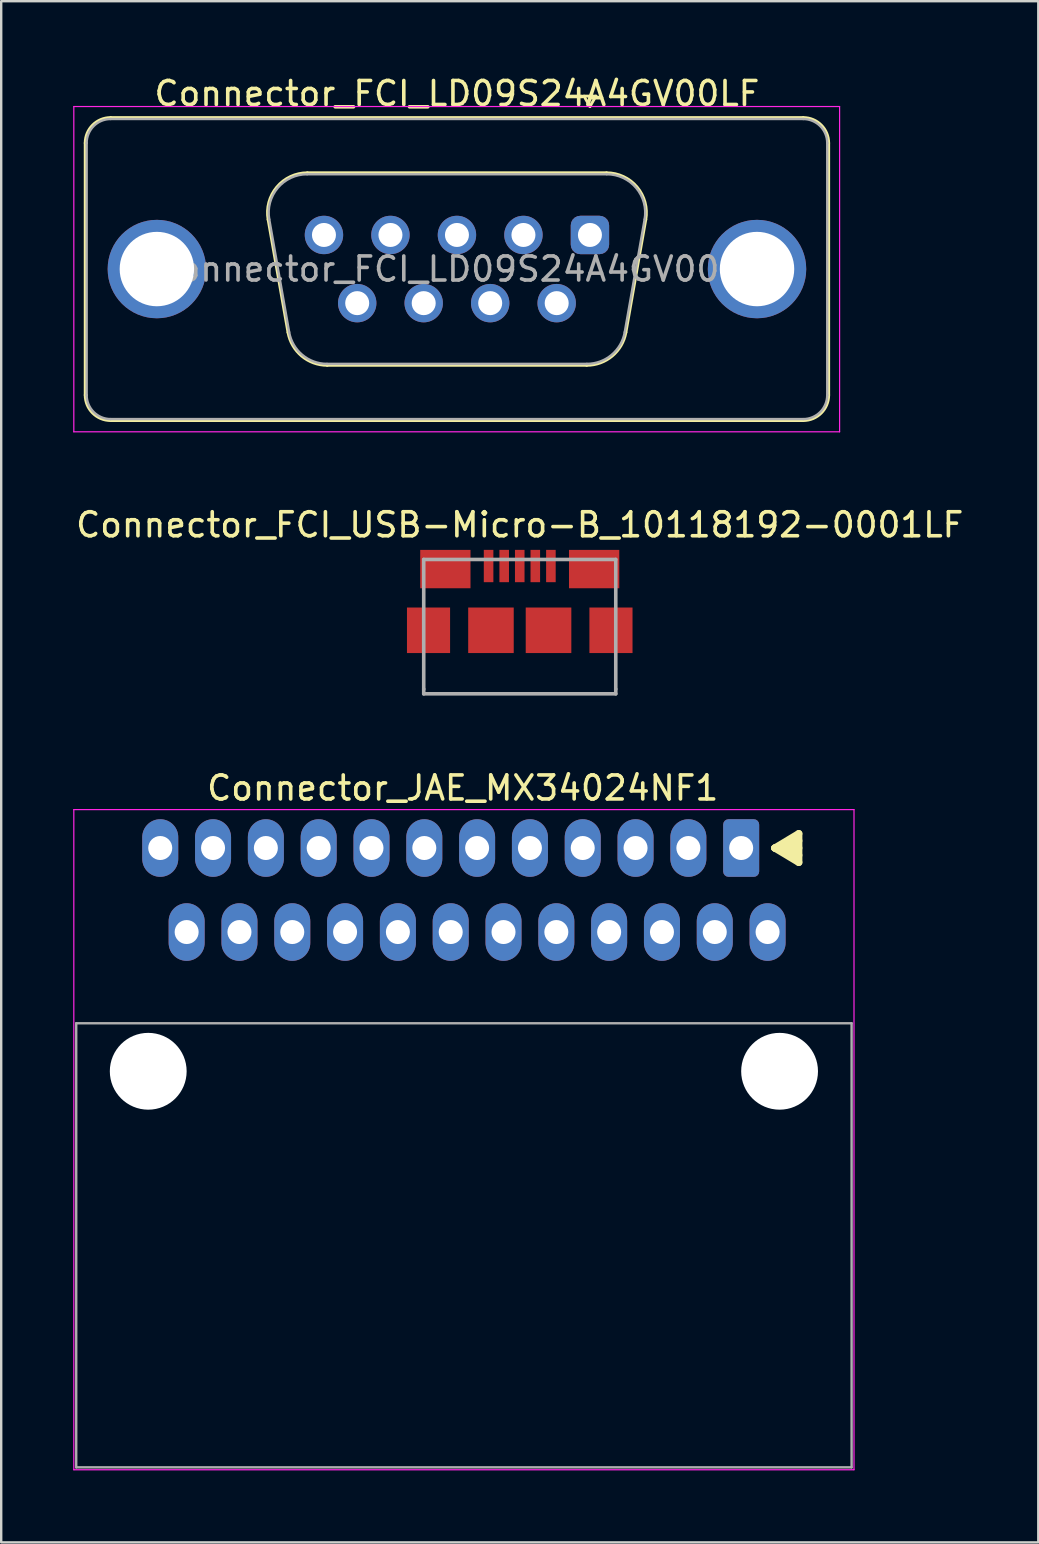
<source format=kicad_pcb>
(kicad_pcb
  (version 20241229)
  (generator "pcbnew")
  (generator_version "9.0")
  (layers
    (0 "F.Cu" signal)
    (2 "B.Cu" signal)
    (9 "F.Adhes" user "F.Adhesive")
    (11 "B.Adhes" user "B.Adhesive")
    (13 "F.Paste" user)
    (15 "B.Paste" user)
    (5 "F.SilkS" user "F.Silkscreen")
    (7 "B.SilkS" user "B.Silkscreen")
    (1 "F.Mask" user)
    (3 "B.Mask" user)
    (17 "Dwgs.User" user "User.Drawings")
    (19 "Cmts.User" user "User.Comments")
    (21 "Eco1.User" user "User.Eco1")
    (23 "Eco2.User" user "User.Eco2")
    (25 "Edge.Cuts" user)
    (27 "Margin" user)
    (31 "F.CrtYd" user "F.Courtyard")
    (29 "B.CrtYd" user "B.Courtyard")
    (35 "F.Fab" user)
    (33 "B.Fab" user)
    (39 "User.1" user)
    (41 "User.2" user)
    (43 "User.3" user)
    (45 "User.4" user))
  (footprint "Connector_FCI_USB-Micro-B_10118192-0001LF"
    (layer "F.Cu")
    (at 18.601 24.654)
    (property "Reference" "Connector_FCI_USB-Micro-B_10118192-0001LF" (at 0 -5.842 0) (layer "F.SilkS") (effects (font (size 1 1) (thickness 0.15))))
    (attr through_hole)
    (fp_line (start -4 -4.399) (end 4 -4.399) (stroke (width 0.15) (type solid)) (layer "F.Fab"))
    (fp_line (start -4 1.001) (end -4 -4.399) (stroke (width 0.15) (type solid)) (layer "F.Fab"))
    (fp_line (start -4 1.001) (end -4 1.199) (stroke (width 0.15) (type solid)) (layer "F.Fab"))
    (fp_line (start 4 -4.399) (end 4 1.001) (stroke (width 0.15) (type solid)) (layer "F.Fab"))
    (fp_line (start 4 1.001) (end 4 1.199) (stroke (width 0.15) (type solid)) (layer "F.Fab"))
    (fp_line (start 4 1.199) (end -4 1.199) (stroke (width 0.15) (type solid)) (layer "F.Fab"))
    (pad "1" smd rect (at -1.298 -4.125) (size 0.399 1.346) (layers "F.Cu" "F.Mask" "F.Paste"))
    (pad "2" smd rect (at -0.648 -4.125) (size 0.399 1.346) (layers "F.Cu" "F.Mask" "F.Paste"))
    (pad "3" smd rect (at 0 -4.125) (size 0.399 1.346) (layers "F.Cu" "F.Mask" "F.Paste"))
    (pad "4" smd rect (at 0.648 -4.125) (size 0.399 1.346) (layers "F.Cu" "F.Mask" "F.Paste"))
    (pad "5" smd rect (at 1.298 -4.125) (size 0.399 1.346) (layers "F.Cu" "F.Mask" "F.Paste"))
    (pad "6" smd rect (at -3.8 -1.448) (size 1.796 1.897) (layers "F.Cu" "F.Mask" "F.Paste"))
    (pad "6" smd rect (at -3.099 -3.998) (size 2.095 1.598) (layers "F.Cu" "F.Mask" "F.Paste"))
    (pad "6" smd rect (at -1.199 -1.448) (size 1.897 1.897) (layers "F.Cu" "F.Mask" "F.Paste"))
    (pad "6" smd rect (at 1.199 -1.448) (size 1.9 1.897) (layers "F.Cu" "F.Mask" "F.Paste"))
    (pad "6" smd rect (at 3.099 -3.998) (size 2.095 1.598) (layers "F.Cu" "F.Mask" "F.Paste"))
    (pad "6" smd rect (at 3.8 -1.448) (size 1.796 1.897) (layers "F.Cu" "F.Mask" "F.Paste")))
  (footprint "Connector_FCI_LD09S24A4GV00LF"
    (layer "F.Cu")
    (at 21.525 6.738)
    (property "Reference" "Connector_FCI_LD09S24A4GV00LF" (at -5.54 -5.89 0) (layer "F.SilkS") (effects (font (size 1 1) (thickness 0.15))))
    (attr through_hole)
    (fp_line (start -21.025 6.67) (end -21.025 -3.83) (stroke (width 0.12) (type solid)) (layer "F.SilkS"))
    (fp_line (start -19.965 -4.89) (end 8.885 -4.89) (stroke (width 0.12) (type solid)) (layer "F.SilkS"))
    (fp_line (start -13.406 -0.642) (end -12.578 4.058) (stroke (width 0.12) (type solid)) (layer "F.SilkS"))
    (fp_line (start -11.772 -2.59) (end 0.692 -2.59) (stroke (width 0.12) (type solid)) (layer "F.SilkS"))
    (fp_line (start -10.943 5.43) (end -0.137 5.43) (stroke (width 0.12) (type solid)) (layer "F.SilkS"))
    (fp_line (start -0.25 -5.784) (end 0.25 -5.784) (stroke (width 0.12) (type solid)) (layer "F.SilkS"))
    (fp_line (start 0 -5.351) (end -0.25 -5.784) (stroke (width 0.12) (type solid)) (layer "F.SilkS"))
    (fp_line (start 0.25 -5.784) (end 0 -5.351) (stroke (width 0.12) (type solid)) (layer "F.SilkS"))
    (fp_line (start 2.326 -0.642) (end 1.498 4.058) (stroke (width 0.12) (type solid)) (layer "F.SilkS"))
    (fp_line (start 8.885 7.73) (end -19.965 7.73) (stroke (width 0.12) (type solid)) (layer "F.SilkS"))
    (fp_line (start 9.945 -3.83) (end 9.945 6.67) (stroke (width 0.12) (type solid)) (layer "F.SilkS"))
    (fp_arc (start -21.025 -3.83) (mid -20.714533 -4.579533) (end -19.965 -4.89) (stroke (width 0.12) (type solid)) (layer "F.SilkS"))
    (fp_arc (start -19.965 7.73) (mid -20.714533 7.419533) (end -21.025 6.67) (stroke (width 0.12) (type solid)) (layer "F.SilkS"))
    (fp_arc (start -13.40647 -0.641744) (mid -13.043323 -1.997028) (end -11.771689 -2.59) (stroke (width 0.12) (type solid)) (layer "F.SilkS"))
    (fp_arc (start -10.942952 5.43) (mid -12.009979 5.041634) (end -12.577733 4.058256) (stroke (width 0.12) (type solid)) (layer "F.SilkS"))
    (fp_arc (start 0.691689 -2.59) (mid 1.963323 -1.997027) (end 2.32647 -0.641744) (stroke (width 0.12) (type solid)) (layer "F.SilkS"))
    (fp_arc (start 1.497733 4.058256) (mid 0.92998 5.041634) (end -0.137048 5.43) (stroke (width 0.12) (type solid)) (layer "F.SilkS"))
    (fp_arc (start 8.885 -4.89) (mid 9.634533 -4.579533) (end 9.945 -3.83) (stroke (width 0.12) (type solid)) (layer "F.SilkS"))
    (fp_arc (start 9.945 6.67) (mid 9.634533 7.419533) (end 8.885 7.73) (stroke (width 0.12) (type solid)) (layer "F.SilkS"))
    (fp_line (start -21.5 -5.35) (end -21.5 8.2) (stroke (width 0.05) (type solid)) (layer "F.CrtYd"))
    (fp_line (start -21.5 8.2) (end 10.4 8.2) (stroke (width 0.05) (type solid)) (layer "F.CrtYd"))
    (fp_line (start 10.4 -5.35) (end -21.5 -5.35) (stroke (width 0.05) (type solid)) (layer "F.CrtYd"))
    (fp_line (start 10.4 8.2) (end 10.4 -5.35) (stroke (width 0.05) (type solid)) (layer "F.CrtYd"))
    (fp_line (start -20.965 6.67) (end -20.965 -3.83) (stroke (width 0.1) (type solid)) (layer "F.Fab"))
    (fp_line (start -19.965 -4.83) (end 8.885 -4.83) (stroke (width 0.1) (type solid)) (layer "F.Fab"))
    (fp_line (start -13.359 -0.652) (end -12.53 4.048) (stroke (width 0.1) (type solid)) (layer "F.Fab"))
    (fp_line (start -11.783 -2.53) (end 0.703 -2.53) (stroke (width 0.1) (type solid)) (layer "F.Fab"))
    (fp_line (start -10.954 5.37) (end -0.126 5.37) (stroke (width 0.1) (type solid)) (layer "F.Fab"))
    (fp_line (start 2.279 -0.652) (end 1.45 4.048) (stroke (width 0.1) (type solid)) (layer "F.Fab"))
    (fp_line (start 8.885 7.67) (end -19.965 7.67) (stroke (width 0.1) (type solid)) (layer "F.Fab"))
    (fp_line (start 9.885 -3.83) (end 9.885 6.67) (stroke (width 0.1) (type solid)) (layer "F.Fab"))
    (fp_arc (start -20.965 -3.83) (mid -20.672107 -4.537107) (end -19.965 -4.83) (stroke (width 0.1) (type solid)) (layer "F.Fab"))
    (fp_arc (start -19.965 7.67) (mid -20.672107 7.377107) (end -20.965 6.67) (stroke (width 0.1) (type solid)) (layer "F.Fab"))
    (fp_arc (start -13.358886 -0.652163) (mid -13.008865 -1.95846) (end -11.783194 -2.53) (stroke (width 0.1) (type solid)) (layer "F.Fab"))
    (fp_arc (start -10.954457 5.37) (mid -11.982917 4.995671) (end -12.530149 4.047837) (stroke (width 0.1) (type solid)) (layer "F.Fab"))
    (fp_arc (start 0.703194 -2.53) (mid 1.928865 -1.95846) (end 2.278886 -0.652163) (stroke (width 0.1) (type solid)) (layer "F.Fab"))
    (fp_arc (start 1.450149 4.047837) (mid 0.902917 4.995671) (end -0.125543 5.37) (stroke (width 0.1) (type solid)) (layer "F.Fab"))
    (fp_arc (start 8.885 -4.83) (mid 9.592107 -4.537107) (end 9.885 -3.83) (stroke (width 0.1) (type solid)) (layer "F.Fab"))
    (fp_arc (start 9.885 6.67) (mid 9.592107 7.377107) (end 8.885 7.67) (stroke (width 0.1) (type solid)) (layer "F.Fab"))
    (fp_text user "${REFERENCE}" (at -5.54 1.42 0) (layer "F.Fab") (effects (font (size 1 1) (thickness 0.15))))
    (pad "0" thru_hole circle (at -18.04 1.42) (size 4.1 4.1) (drill 3.1) (layers "*.Cu" "*.Mask"))
    (pad "0" thru_hole circle (at 6.96 1.42) (size 4.1 4.1) (drill 3.1) (layers "*.Cu" "*.Mask"))
    (pad "1" thru_hole roundrect (at 0 0) (size 1.6 1.6) (drill 1) (layers "*.Cu" "*.Mask") (roundrect_rratio 0.25))
    (pad "2" thru_hole circle (at -2.77 0) (size 1.6 1.6) (drill 1) (layers "*.Cu" "*.Mask"))
    (pad "3" thru_hole circle (at -5.54 0) (size 1.6 1.6) (drill 1) (layers "*.Cu" "*.Mask"))
    (pad "4" thru_hole circle (at -8.31 0) (size 1.6 1.6) (drill 1) (layers "*.Cu" "*.Mask"))
    (pad "5" thru_hole circle (at -11.08 0) (size 1.6 1.6) (drill 1) (layers "*.Cu" "*.Mask"))
    (pad "6" thru_hole circle (at -1.385 2.84) (size 1.6 1.6) (drill 1) (layers "*.Cu" "*.Mask"))
    (pad "7" thru_hole circle (at -4.155 2.84) (size 1.6 1.6) (drill 1) (layers "*.Cu" "*.Mask"))
    (pad "8" thru_hole circle (at -6.925 2.84) (size 1.6 1.6) (drill 1) (layers "*.Cu" "*.Mask"))
    (pad "9" thru_hole circle (at -9.695 2.84) (size 1.6 1.6) (drill 1) (layers "*.Cu" "*.Mask")))
  (footprint "Connector_JAE_MX34024NF1"
    (layer "F.Cu")
    (at 3.125 41.576)
    (property "Reference" "Connector_JAE_MX34024NF1" (at 13.1 -11.8 0) (layer "F.SilkS") (effects (font (size 1 1) (thickness 0.15))))
    (attr through_hole)
    (fp_line (start 26.1 -9.3) (end 27.1 -9.9) (stroke (width 0.3) (type solid)) (layer "F.SilkS"))
    (fp_line (start 26.1 -9.3) (end 27.1 -8.7) (stroke (width 0.3) (type solid)) (layer "F.SilkS"))
    (fp_line (start 26.3 -9.3) (end 27.1 -9.3) (stroke (width 0.3) (type solid)) (layer "F.SilkS"))
    (fp_line (start 27.1 -9.6) (end 26.1 -9.3) (stroke (width 0.3) (type solid)) (layer "F.SilkS"))
    (fp_line (start 27.1 -9) (end 26.1 -9.3) (stroke (width 0.3) (type solid)) (layer "F.SilkS"))
    (fp_line (start 27.1 -8.7) (end 27.1 -9.9) (stroke (width 0.3) (type solid)) (layer "F.SilkS"))
    (fp_line (start -3.1 -10.9) (end 29.4 -10.9) (stroke (width 0.05) (type solid)) (layer "F.CrtYd"))
    (fp_line (start -3.1 16.6) (end -3.1 -10.9) (stroke (width 0.05) (type solid)) (layer "F.CrtYd"))
    (fp_line (start 29.4 -10.9) (end 29.4 16.6) (stroke (width 0.05) (type solid)) (layer "F.CrtYd"))
    (fp_line (start 29.4 16.6) (end -3.1 16.6) (stroke (width 0.05) (type solid)) (layer "F.CrtYd"))
    (fp_line (start -3 -2) (end 29.3 -2) (stroke (width 0.1) (type solid)) (layer "F.Fab"))
    (fp_line (start -3 16.5) (end -3 -2) (stroke (width 0.1) (type solid)) (layer "F.Fab"))
    (fp_line (start -3 16.5) (end 29.3 16.5) (stroke (width 0.1) (type solid)) (layer "F.Fab"))
    (fp_line (start 29.3 16.5) (end 29.3 -2) (stroke (width 0.1) (type solid)) (layer "F.Fab"))
    (pad "" np_thru_hole circle (at 0 0) (size 3.2 3.2) (drill 3.2) (layers "*.Cu" "*.Mask"))
    (pad "" np_thru_hole circle (at 26.3 0) (size 3.2 3.2) (drill 3.2) (layers "*.Cu" "*.Mask"))
    (pad "1" thru_hole roundrect (at 24.7 -9.3) (size 1.5 2.4) (drill 1) (layers "*.Cu" "*.Mask") (roundrect_rratio 0.15))
    (pad "2" thru_hole oval (at 22.5 -9.3) (size 1.5 2.4) (drill 1) (layers "*.Cu" "*.Mask"))
    (pad "3" thru_hole oval (at 20.3 -9.3) (size 1.5 2.4) (drill 1) (layers "*.Cu" "*.Mask"))
    (pad "4" thru_hole oval (at 18.1 -9.3) (size 1.5 2.4) (drill 1) (layers "*.Cu" "*.Mask"))
    (pad "5" thru_hole oval (at 15.9 -9.3) (size 1.5 2.4) (drill 1) (layers "*.Cu" "*.Mask"))
    (pad "6" thru_hole oval (at 13.7 -9.3) (size 1.5 2.4) (drill 1) (layers "*.Cu" "*.Mask"))
    (pad "7" thru_hole oval (at 11.5 -9.3) (size 1.5 2.4) (drill 1) (layers "*.Cu" "*.Mask"))
    (pad "8" thru_hole oval (at 9.3 -9.3) (size 1.5 2.4) (drill 1) (layers "*.Cu" "*.Mask"))
    (pad "9" thru_hole oval (at 7.1 -9.3) (size 1.5 2.4) (drill 1) (layers "*.Cu" "*.Mask"))
    (pad "10" thru_hole oval (at 4.9 -9.3) (size 1.5 2.4) (drill 1) (layers "*.Cu" "*.Mask"))
    (pad "11" thru_hole oval (at 2.7 -9.3) (size 1.5 2.4) (drill 1) (layers "*.Cu" "*.Mask"))
    (pad "12" thru_hole oval (at 0.5 -9.3) (size 1.5 2.4) (drill 1) (layers "*.Cu" "*.Mask"))
    (pad "13" thru_hole oval (at 25.8 -5.8) (size 1.5 2.4) (drill 1) (layers "*.Cu" "*.Mask"))
    (pad "14" thru_hole oval (at 23.6 -5.8) (size 1.5 2.4) (drill 1) (layers "*.Cu" "*.Mask"))
    (pad "15" thru_hole oval (at 21.4 -5.8) (size 1.5 2.4) (drill 1) (layers "*.Cu" "*.Mask"))
    (pad "16" thru_hole oval (at 19.2 -5.8) (size 1.5 2.4) (drill 1) (layers "*.Cu" "*.Mask"))
    (pad "17" thru_hole oval (at 17 -5.8) (size 1.5 2.4) (drill 1) (layers "*.Cu" "*.Mask"))
    (pad "18" thru_hole oval (at 14.8 -5.8) (size 1.5 2.4) (drill 1) (layers "*.Cu" "*.Mask"))
    (pad "19" thru_hole oval (at 12.6 -5.8) (size 1.5 2.4) (drill 1) (layers "*.Cu" "*.Mask"))
    (pad "20" thru_hole oval (at 10.4 -5.8) (size 1.5 2.4) (drill 1) (layers "*.Cu" "*.Mask"))
    (pad "21" thru_hole oval (at 8.2 -5.8) (size 1.5 2.4) (drill 1) (layers "*.Cu" "*.Mask"))
    (pad "22" thru_hole oval (at 6 -5.8) (size 1.5 2.4) (drill 1) (layers "*.Cu" "*.Mask"))
    (pad "23" thru_hole oval (at 3.8 -5.8) (size 1.5 2.4) (drill 1) (layers "*.Cu" "*.Mask"))
    (pad "24" thru_hole oval (at 1.6 -5.8) (size 1.5 2.4) (drill 1) (layers "*.Cu" "*.Mask")))
  (gr_rect
    (start -3 -3)
    (end 40.202 61.201)
    (stroke (width 0.1) (type default))
    (fill no)
    (layer "Edge.Cuts")))
</source>
